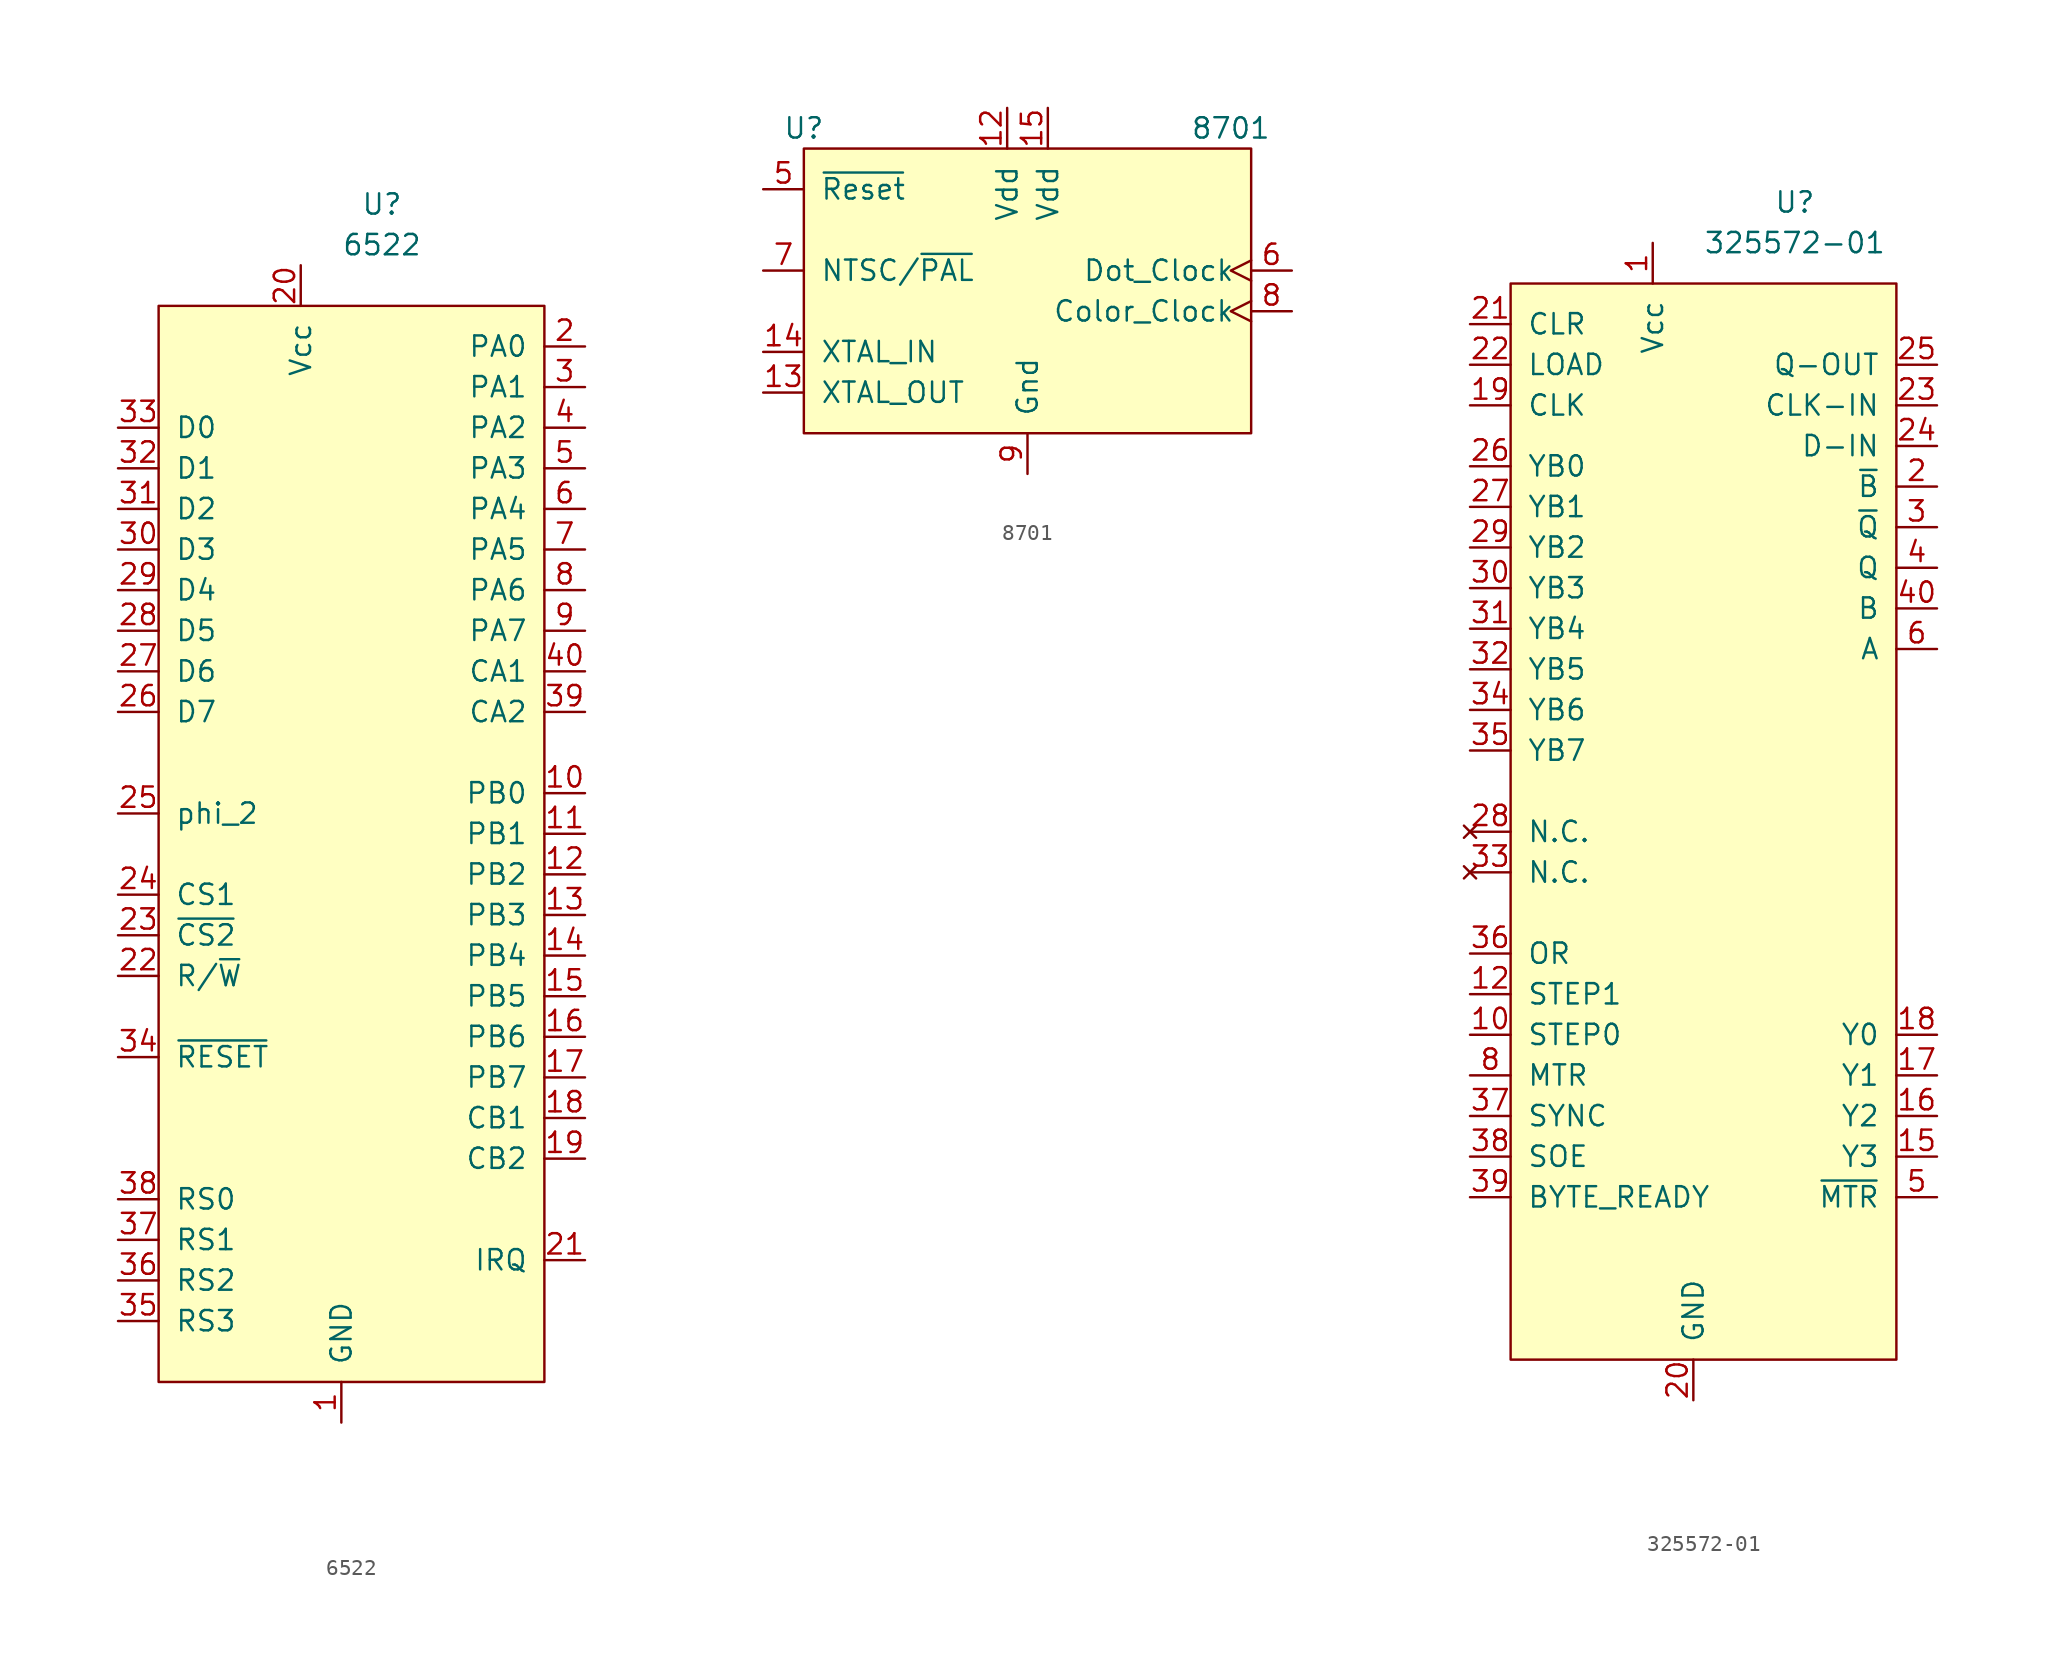
<source format=kicad_sym>
(kicad_symbol_lib
  (version 20201005)
  (generator kicad_symbol_editor)
  (symbol "C64:6522"
    (pin_names
      (offset 1.016))
    (property "Reference" "U"
      (at 2.54 1.27 0)
      (effects (font (size 1.27 1.27))))
    (property "Value" "6522"
      (at 2.54 -1.27 0)
      (effects (font (size 1.27 1.27))))
    (symbol "6522_0_1"
      (rectangle (start -11.43 -5.08) (end 12.7 -72.39) (stroke (width 0)) (fill (type background))))
    (symbol "6522_1_1"
      (pin power_in line (at 0 -74.93 90) (length 2.54) (name "GND" (effects (font (size 1.27 1.27)))) (number "1" (effects (font (size 1.27 1.27)))))
      (pin bidirectional line (at 15.24 -35.56 180) (length 2.54) (name "PB0" (effects (font (size 1.27 1.27)))) (number "10" (effects (font (size 1.27 1.27)))))
      (pin bidirectional line (at 15.24 -38.1 180) (length 2.54) (name "PB1" (effects (font (size 1.27 1.27)))) (number "11" (effects (font (size 1.27 1.27)))))
      (pin bidirectional line (at 15.24 -40.64 180) (length 2.54) (name "PB2" (effects (font (size 1.27 1.27)))) (number "12" (effects (font (size 1.27 1.27)))))
      (pin bidirectional line (at 15.24 -43.18 180) (length 2.54) (name "PB3" (effects (font (size 1.27 1.27)))) (number "13" (effects (font (size 1.27 1.27)))))
      (pin bidirectional line (at 15.24 -45.72 180) (length 2.54) (name "PB4" (effects (font (size 1.27 1.27)))) (number "14" (effects (font (size 1.27 1.27)))))
      (pin bidirectional line (at 15.24 -48.26 180) (length 2.54) (name "PB5" (effects (font (size 1.27 1.27)))) (number "15" (effects (font (size 1.27 1.27)))))
      (pin bidirectional line (at 15.24 -50.8 180) (length 2.54) (name "PB6" (effects (font (size 1.27 1.27)))) (number "16" (effects (font (size 1.27 1.27)))))
      (pin bidirectional line (at 15.24 -53.34 180) (length 2.54) (name "PB7" (effects (font (size 1.27 1.27)))) (number "17" (effects (font (size 1.27 1.27)))))
      (pin input line (at 15.24 -55.88 180) (length 2.54) (name "CB1" (effects (font (size 1.27 1.27)))) (number "18" (effects (font (size 1.27 1.27)))))
      (pin output line (at 15.24 -58.42 180) (length 2.54) (name "CB2" (effects (font (size 1.27 1.27)))) (number "19" (effects (font (size 1.27 1.27)))))
      (pin bidirectional line (at 15.24 -7.62 180) (length 2.54) (name "PA0" (effects (font (size 1.27 1.27)))) (number "2" (effects (font (size 1.27 1.27)))))
      (pin power_in line (at -2.54 -2.54 270) (length 2.54) (name "Vcc" (effects (font (size 1.27 1.27)))) (number "20" (effects (font (size 1.27 1.27)))))
      (pin output line (at 15.24 -64.77 180) (length 2.54) (name "IRQ" (effects (font (size 1.27 1.27)))) (number "21" (effects (font (size 1.27 1.27)))))
      (pin input line (at -13.97 -46.99 0) (length 2.54) (name "R/~W~" (effects (font (size 1.27 1.27)))) (number "22" (effects (font (size 1.27 1.27)))))
      (pin input line (at -13.97 -44.45 0) (length 2.54) (name "~CS2~" (effects (font (size 1.27 1.27)))) (number "23" (effects (font (size 1.27 1.27)))))
      (pin input line (at -13.97 -41.91 0) (length 2.54) (name "CS1" (effects (font (size 1.27 1.27)))) (number "24" (effects (font (size 1.27 1.27)))))
      (pin input line (at -13.97 -36.83 0) (length 2.54) (name "phi_2" (effects (font (size 1.27 1.27)))) (number "25" (effects (font (size 1.27 1.27)))))
      (pin output line (at -13.97 -30.48 0) (length 2.54) (name "D7" (effects (font (size 1.27 1.27)))) (number "26" (effects (font (size 1.27 1.27)))))
      (pin output line (at -13.97 -27.94 0) (length 2.54) (name "D6" (effects (font (size 1.27 1.27)))) (number "27" (effects (font (size 1.27 1.27)))))
      (pin output line (at -13.97 -25.4 0) (length 2.54) (name "D5" (effects (font (size 1.27 1.27)))) (number "28" (effects (font (size 1.27 1.27)))))
      (pin output line (at -13.97 -22.86 0) (length 2.54) (name "D4" (effects (font (size 1.27 1.27)))) (number "29" (effects (font (size 1.27 1.27)))))
      (pin bidirectional line (at 15.24 -10.16 180) (length 2.54) (name "PA1" (effects (font (size 1.27 1.27)))) (number "3" (effects (font (size 1.27 1.27)))))
      (pin output line (at -13.97 -20.32 0) (length 2.54) (name "D3" (effects (font (size 1.27 1.27)))) (number "30" (effects (font (size 1.27 1.27)))))
      (pin output line (at -13.97 -17.78 0) (length 2.54) (name "D2" (effects (font (size 1.27 1.27)))) (number "31" (effects (font (size 1.27 1.27)))))
      (pin output line (at -13.97 -15.24 0) (length 2.54) (name "D1" (effects (font (size 1.27 1.27)))) (number "32" (effects (font (size 1.27 1.27)))))
      (pin output line (at -13.97 -12.7 0) (length 2.54) (name "D0" (effects (font (size 1.27 1.27)))) (number "33" (effects (font (size 1.27 1.27)))))
      (pin output line (at -13.97 -52.07 0) (length 2.54) (name "~RESET~" (effects (font (size 1.27 1.27)))) (number "34" (effects (font (size 1.27 1.27)))))
      (pin input line (at -13.97 -68.58 0) (length 2.54) (name "RS3" (effects (font (size 1.27 1.27)))) (number "35" (effects (font (size 1.27 1.27)))))
      (pin input line (at -13.97 -66.04 0) (length 2.54) (name "RS2" (effects (font (size 1.27 1.27)))) (number "36" (effects (font (size 1.27 1.27)))))
      (pin input line (at -13.97 -63.5 0) (length 2.54) (name "RS1" (effects (font (size 1.27 1.27)))) (number "37" (effects (font (size 1.27 1.27)))))
      (pin input line (at -13.97 -60.96 0) (length 2.54) (name "RS0" (effects (font (size 1.27 1.27)))) (number "38" (effects (font (size 1.27 1.27)))))
      (pin output line (at 15.24 -30.48 180) (length 2.54) (name "CA2" (effects (font (size 1.27 1.27)))) (number "39" (effects (font (size 1.27 1.27)))))
      (pin bidirectional line (at 15.24 -12.7 180) (length 2.54) (name "PA2" (effects (font (size 1.27 1.27)))) (number "4" (effects (font (size 1.27 1.27)))))
      (pin input line (at 15.24 -27.94 180) (length 2.54) (name "CA1" (effects (font (size 1.27 1.27)))) (number "40" (effects (font (size 1.27 1.27)))))
      (pin bidirectional line (at 15.24 -15.24 180) (length 2.54) (name "PA3" (effects (font (size 1.27 1.27)))) (number "5" (effects (font (size 1.27 1.27)))))
      (pin bidirectional line (at 15.24 -17.78 180) (length 2.54) (name "PA4" (effects (font (size 1.27 1.27)))) (number "6" (effects (font (size 1.27 1.27)))))
      (pin bidirectional line (at 15.24 -20.32 180) (length 2.54) (name "PA5" (effects (font (size 1.27 1.27)))) (number "7" (effects (font (size 1.27 1.27)))))
      (pin bidirectional line (at 15.24 -22.86 180) (length 2.54) (name "PA6" (effects (font (size 1.27 1.27)))) (number "8" (effects (font (size 1.27 1.27)))))
      (pin bidirectional line (at 15.24 -25.4 180) (length 2.54) (name "PA7" (effects (font (size 1.27 1.27)))) (number "9" (effects (font (size 1.27 1.27)))))))
  (symbol "C64:8701"
    (pin_names
      (offset 1.016))
    (property "Reference" "U"
      (at -13.97 10.16 0)
      (effects (font (size 1.27 1.27))))
    (property "Value" "8701"
      (at 12.7 10.16 0)
      (effects (font (size 1.27 1.27))))
    (symbol "8701_0_1"
      (rectangle (start -13.97 8.89) (end 13.97 -8.89) (stroke (width 0)) (fill (type background))))
    (symbol "8701_1_1"
      (pin no_connect line (at 2.54 -11.43 90) (length 2.54) hide (name "N.C." (effects (font (size 1.27 1.27)))) (number "1" (effects (font (size 1.27 1.27)))))
      (pin no_connect line (at 7.62 -11.43 90) (length 2.54) hide (name "N.C." (effects (font (size 1.27 1.27)))) (number "10" (effects (font (size 1.27 1.27)))))
      (pin no_connect line (at 10.16 -11.43 90) (length 2.54) hide (name "N.C." (effects (font (size 1.27 1.27)))) (number "11" (effects (font (size 1.27 1.27)))))
      (pin power_in line (at -1.27 11.43 270) (length 2.54) (name "Vdd" (effects (font (size 1.27 1.27)))) (number "12" (effects (font (size 1.27 1.27)))))
      (pin output line (at -16.51 -6.35 0) (length 2.54) (name "XTAL_OUT" (effects (font (size 1.27 1.27)))) (number "13" (effects (font (size 1.27 1.27)))))
      (pin input line (at -16.51 -3.81 0) (length 2.54) (name "XTAL_IN" (effects (font (size 1.27 1.27)))) (number "14" (effects (font (size 1.27 1.27)))))
      (pin power_in line (at 1.27 11.43 270) (length 2.54) (name "Vdd" (effects (font (size 1.27 1.27)))) (number "15" (effects (font (size 1.27 1.27)))))
      (pin no_connect line (at 12.7 -11.43 90) (length 2.54) hide (name "N.C." (effects (font (size 1.27 1.27)))) (number "16" (effects (font (size 1.27 1.27)))))
      (pin no_connect line (at 5.08 -11.43 90) (length 2.54) hide (name "N.C." (effects (font (size 1.27 1.27)))) (number "3" (effects (font (size 1.27 1.27)))))
      (pin no_connect line (at -16.51 -1.27 0) (length 2.54) hide (name "Undocumented" (effects (font (size 1.27 1.27)))) (number "4" (effects (font (size 1.27 1.27)))))
      (pin input line (at -16.51 6.35 0) (length 2.54) (name "~Reset" (effects (font (size 1.27 1.27)))) (number "5" (effects (font (size 1.27 1.27)))))
      (pin output clock (at 16.51 1.27 180) (length 2.54) (name "Dot_Clock" (effects (font (size 1.27 1.27)))) (number "6" (effects (font (size 1.27 1.27)))))
      (pin input line (at -16.51 1.27 0) (length 2.54) (name "NTSC/~PAL~" (effects (font (size 1.27 1.27)))) (number "7" (effects (font (size 1.27 1.27)))))
      (pin output clock (at 16.51 -1.27 180) (length 2.54) (name "Color_Clock" (effects (font (size 1.27 1.27)))) (number "8" (effects (font (size 1.27 1.27)))))
      (pin power_in line (at 0 -11.43 90) (length 2.54) (name "Gnd" (effects (font (size 1.27 1.27)))) (number "9" (effects (font (size 1.27 1.27)))))))
  (symbol "C64:325572-01"
    (pin_names
      (offset 1.016))
    (property "Reference" "U"
      (at 0 2.54 0)
      (effects (font (size 1.27 1.27))))
    (property "Value" "325572-01"
      (at 0 0 0)
      (effects (font (size 1.27 1.27))))
    (symbol "325572-01_1_1"
      (rectangle (start -17.78 -2.54) (end 6.35 -69.85) (stroke (width 0)) (fill (type background)))
      (pin power_in line (at -8.89 0 270) (length 2.54) (name "Vcc" (effects (font (size 1.27 1.27)))) (number "1" (effects (font (size 1.27 1.27)))))
      (pin input line (at -20.32 -49.53 0) (length 2.54) (name "STEP0" (effects (font (size 1.27 1.27)))) (number "10" (effects (font (size 1.27 1.27)))))
      (pin input line (at -20.32 -46.99 0) (length 2.54) (name "STEP1" (effects (font (size 1.27 1.27)))) (number "12" (effects (font (size 1.27 1.27)))))
      (pin input line (at 8.89 -57.15 180) (length 2.54) (name "Y3" (effects (font (size 1.27 1.27)))) (number "15" (effects (font (size 1.27 1.27)))))
      (pin input line (at 8.89 -54.61 180) (length 2.54) (name "Y2" (effects (font (size 1.27 1.27)))) (number "16" (effects (font (size 1.27 1.27)))))
      (pin input line (at 8.89 -52.07 180) (length 2.54) (name "Y1" (effects (font (size 1.27 1.27)))) (number "17" (effects (font (size 1.27 1.27)))))
      (pin input line (at 8.89 -49.53 180) (length 2.54) (name "Y0" (effects (font (size 1.27 1.27)))) (number "18" (effects (font (size 1.27 1.27)))))
      (pin input line (at -20.32 -10.16 0) (length 2.54) (name "CLK" (effects (font (size 1.27 1.27)))) (number "19" (effects (font (size 1.27 1.27)))))
      (pin input line (at 8.89 -15.24 180) (length 2.54) (name "~B~" (effects (font (size 1.27 1.27)))) (number "2" (effects (font (size 1.27 1.27)))))
      (pin power_in line (at -6.35 -72.39 90) (length 2.54) (name "GND" (effects (font (size 1.27 1.27)))) (number "20" (effects (font (size 1.27 1.27)))))
      (pin input line (at -20.32 -5.08 0) (length 2.54) (name "CLR" (effects (font (size 1.27 1.27)))) (number "21" (effects (font (size 1.27 1.27)))))
      (pin input line (at -20.32 -7.62 0) (length 2.54) (name "LOAD" (effects (font (size 1.27 1.27)))) (number "22" (effects (font (size 1.27 1.27)))))
      (pin input line (at 8.89 -10.16 180) (length 2.54) (name "CLK-IN" (effects (font (size 1.27 1.27)))) (number "23" (effects (font (size 1.27 1.27)))))
      (pin input line (at 8.89 -12.7 180) (length 2.54) (name "D-IN" (effects (font (size 1.27 1.27)))) (number "24" (effects (font (size 1.27 1.27)))))
      (pin input line (at 8.89 -7.62 180) (length 2.54) (name "Q-OUT" (effects (font (size 1.27 1.27)))) (number "25" (effects (font (size 1.27 1.27)))))
      (pin input line (at -20.32 -13.97 0) (length 2.54) (name "YB0" (effects (font (size 1.27 1.27)))) (number "26" (effects (font (size 1.27 1.27)))))
      (pin input line (at -20.32 -16.51 0) (length 2.54) (name "YB1" (effects (font (size 1.27 1.27)))) (number "27" (effects (font (size 1.27 1.27)))))
      (pin no_connect line (at -20.32 -36.83 0) (length 2.54) (name "N.C." (effects (font (size 1.27 1.27)))) (number "28" (effects (font (size 1.27 1.27)))))
      (pin input line (at -20.32 -19.05 0) (length 2.54) (name "YB2" (effects (font (size 1.27 1.27)))) (number "29" (effects (font (size 1.27 1.27)))))
      (pin input line (at 8.89 -17.78 180) (length 2.54) (name "~Q~" (effects (font (size 1.27 1.27)))) (number "3" (effects (font (size 1.27 1.27)))))
      (pin input line (at -20.32 -21.59 0) (length 2.54) (name "YB3" (effects (font (size 1.27 1.27)))) (number "30" (effects (font (size 1.27 1.27)))))
      (pin input line (at -20.32 -24.13 0) (length 2.54) (name "YB4" (effects (font (size 1.27 1.27)))) (number "31" (effects (font (size 1.27 1.27)))))
      (pin input line (at -20.32 -26.67 0) (length 2.54) (name "YB5" (effects (font (size 1.27 1.27)))) (number "32" (effects (font (size 1.27 1.27)))))
      (pin no_connect line (at -20.32 -39.37 0) (length 2.54) (name "N.C." (effects (font (size 1.27 1.27)))) (number "33" (effects (font (size 1.27 1.27)))))
      (pin input line (at -20.32 -29.21 0) (length 2.54) (name "YB6" (effects (font (size 1.27 1.27)))) (number "34" (effects (font (size 1.27 1.27)))))
      (pin input line (at -20.32 -31.75 0) (length 2.54) (name "YB7" (effects (font (size 1.27 1.27)))) (number "35" (effects (font (size 1.27 1.27)))))
      (pin input line (at -20.32 -44.45 0) (length 2.54) (name "OR" (effects (font (size 1.27 1.27)))) (number "36" (effects (font (size 1.27 1.27)))))
      (pin input line (at -20.32 -54.61 0) (length 2.54) (name "SYNC" (effects (font (size 1.27 1.27)))) (number "37" (effects (font (size 1.27 1.27)))))
      (pin input line (at -20.32 -57.15 0) (length 2.54) (name "SOE" (effects (font (size 1.27 1.27)))) (number "38" (effects (font (size 1.27 1.27)))))
      (pin input line (at -20.32 -59.69 0) (length 2.54) (name "BYTE_READY" (effects (font (size 1.27 1.27)))) (number "39" (effects (font (size 1.27 1.27)))))
      (pin input line (at 8.89 -20.32 180) (length 2.54) (name "Q" (effects (font (size 1.27 1.27)))) (number "4" (effects (font (size 1.27 1.27)))))
      (pin input line (at 8.89 -22.86 180) (length 2.54) (name "B" (effects (font (size 1.27 1.27)))) (number "40" (effects (font (size 1.27 1.27)))))
      (pin output line (at 8.89 -59.69 180) (length 2.54) (name "~MTR~" (effects (font (size 1.27 1.27)))) (number "5" (effects (font (size 1.27 1.27)))))
      (pin input line (at 8.89 -25.4 180) (length 2.54) (name "A" (effects (font (size 1.27 1.27)))) (number "6" (effects (font (size 1.27 1.27)))))
      (pin input line (at -20.32 -52.07 0) (length 2.54) (name "MTR" (effects (font (size 1.27 1.27)))) (number "8" (effects (font (size 1.27 1.27))))))))
</source>
